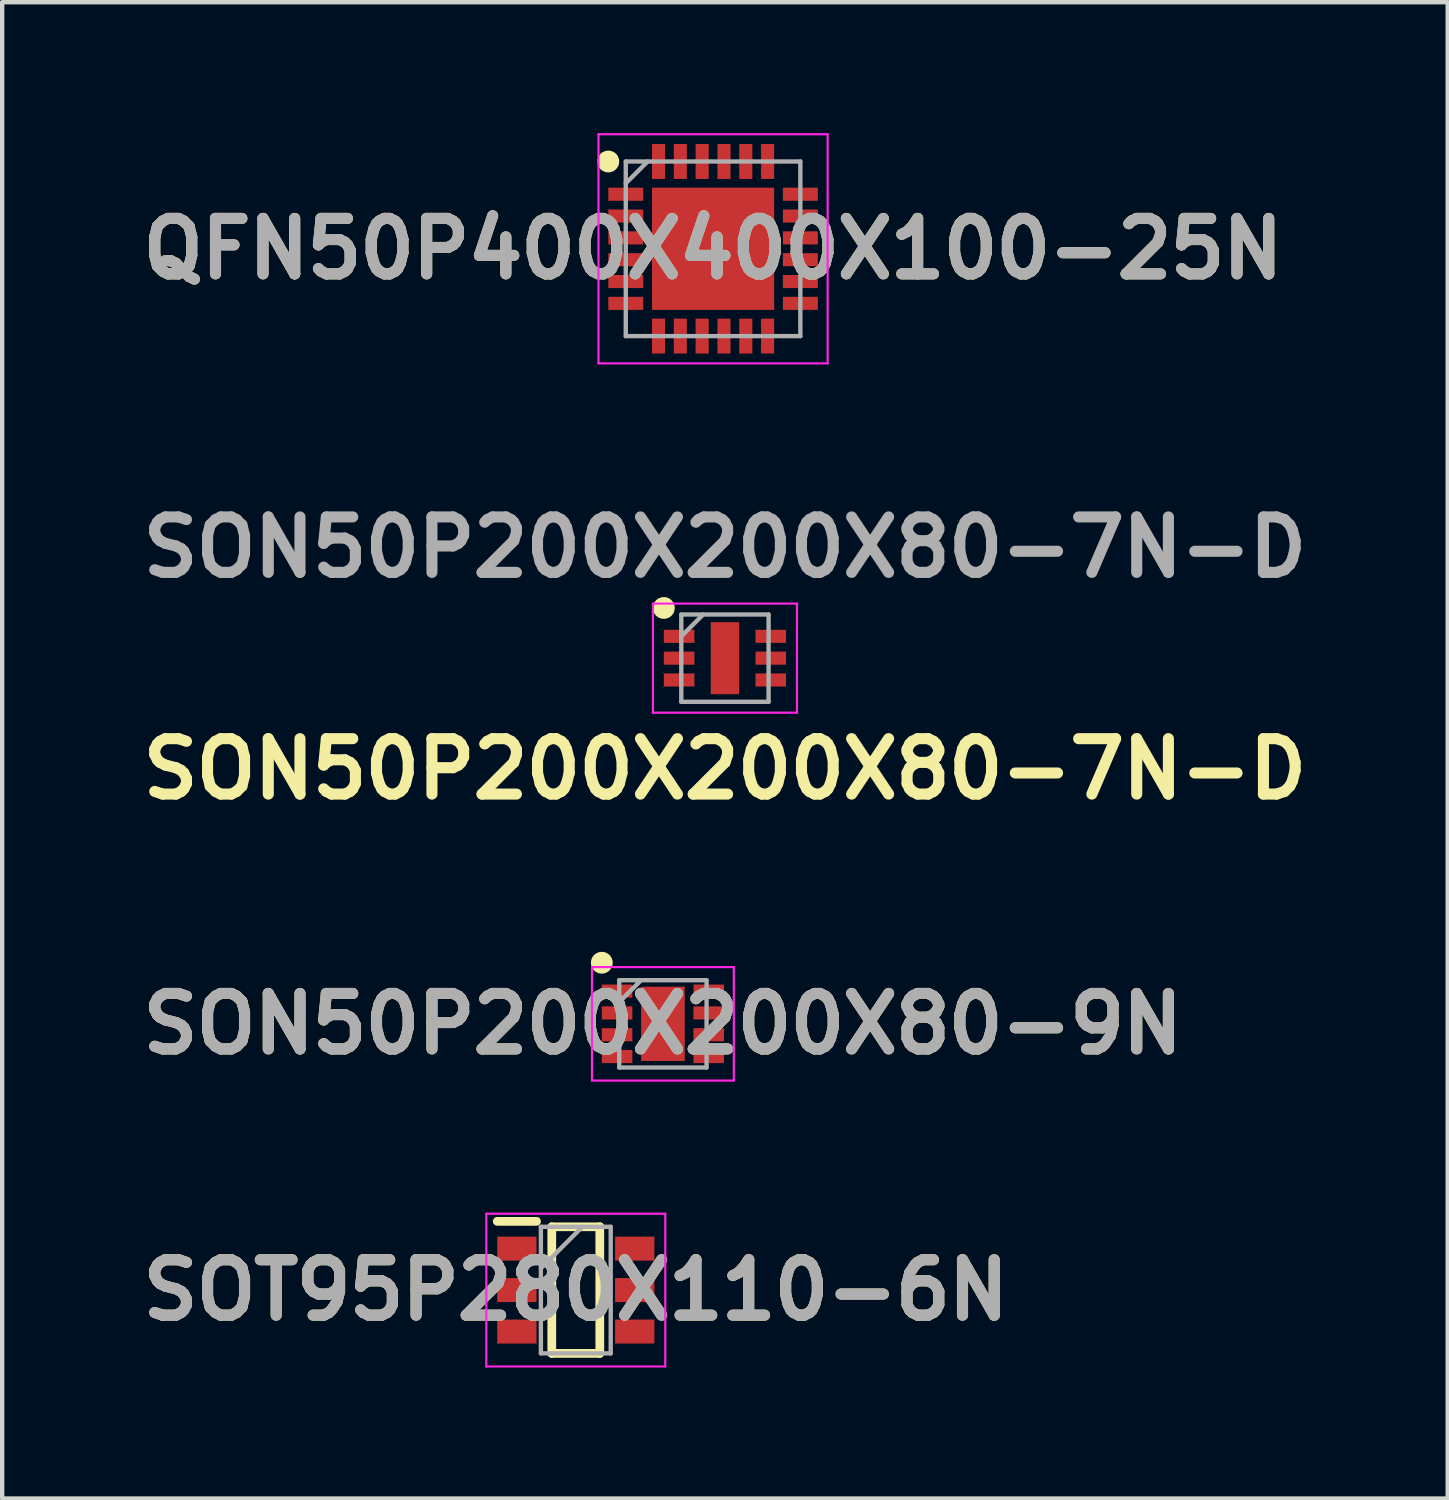
<source format=kicad_pcb>
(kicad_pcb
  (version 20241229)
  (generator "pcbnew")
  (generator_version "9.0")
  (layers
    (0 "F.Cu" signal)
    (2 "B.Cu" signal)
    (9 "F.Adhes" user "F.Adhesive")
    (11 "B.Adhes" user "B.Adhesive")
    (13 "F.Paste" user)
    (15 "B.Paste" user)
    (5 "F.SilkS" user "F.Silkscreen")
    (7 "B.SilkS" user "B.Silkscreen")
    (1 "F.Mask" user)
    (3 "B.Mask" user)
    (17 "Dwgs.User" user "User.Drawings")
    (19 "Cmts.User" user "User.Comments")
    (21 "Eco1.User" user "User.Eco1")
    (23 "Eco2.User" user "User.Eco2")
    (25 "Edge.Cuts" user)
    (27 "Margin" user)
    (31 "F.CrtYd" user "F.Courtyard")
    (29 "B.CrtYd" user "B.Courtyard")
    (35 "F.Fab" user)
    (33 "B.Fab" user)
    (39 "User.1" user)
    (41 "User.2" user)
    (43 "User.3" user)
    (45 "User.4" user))
  (footprint "SON50P200X200X80-9N"
    (layer "F.Cu")
    (at 12.138 20.407)
    (property "Reference" "SON50P200X200X80-9N" (at 0 0 0) (layer "F.SilkS") (effects (font (size 1.27 1.27) (thickness 0.254))))
    (attr smd)
    (fp_circle (center -1.4 -1.4) (end -1.4 -1.275) (stroke (width 0.25) (type solid)) (fill no) (layer "F.SilkS"))
    (fp_line (start -1.625 -1.3) (end 1.625 -1.3) (stroke (width 0.05) (type solid)) (layer "F.CrtYd"))
    (fp_line (start -1.625 1.3) (end -1.625 -1.3) (stroke (width 0.05) (type solid)) (layer "F.CrtYd"))
    (fp_line (start 1.625 -1.3) (end 1.625 1.3) (stroke (width 0.05) (type solid)) (layer "F.CrtYd"))
    (fp_line (start 1.625 1.3) (end -1.625 1.3) (stroke (width 0.05) (type solid)) (layer "F.CrtYd"))
    (fp_line (start -1 -1) (end 1 -1) (stroke (width 0.1) (type solid)) (layer "F.Fab"))
    (fp_line (start -1 -0.5) (end -0.5 -1) (stroke (width 0.1) (type solid)) (layer "F.Fab"))
    (fp_line (start -1 1) (end -1 -1) (stroke (width 0.1) (type solid)) (layer "F.Fab"))
    (fp_line (start 1 -1) (end 1 1) (stroke (width 0.1) (type solid)) (layer "F.Fab"))
    (fp_line (start 1 1) (end -1 1) (stroke (width 0.1) (type solid)) (layer "F.Fab"))
    (fp_text user "${REFERENCE}" (at 0 0 0) (layer "F.Fab") (effects (font (size 1.27 1.27) (thickness 0.254))))
    (pad "1" smd rect (at -1.05 -0.75 90) (size 0.3 0.7) (layers "F.Cu" "F.Mask" "F.Paste"))
    (pad "2" smd rect (at -1.05 -0.25 90) (size 0.3 0.7) (layers "F.Cu" "F.Mask" "F.Paste"))
    (pad "3" smd rect (at -1.05 0.25 90) (size 0.3 0.7) (layers "F.Cu" "F.Mask" "F.Paste"))
    (pad "4" smd rect (at -1.05 0.75 90) (size 0.3 0.7) (layers "F.Cu" "F.Mask" "F.Paste"))
    (pad "5" smd rect (at 1.05 0.75 90) (size 0.3 0.7) (layers "F.Cu" "F.Mask" "F.Paste"))
    (pad "6" smd rect (at 1.05 0.25 90) (size 0.3 0.7) (layers "F.Cu" "F.Mask" "F.Paste"))
    (pad "7" smd rect (at 1.05 -0.25 90) (size 0.3 0.7) (layers "F.Cu" "F.Mask" "F.Paste"))
    (pad "8" smd rect (at 1.05 -0.75 90) (size 0.3 0.7) (layers "F.Cu" "F.Mask" "F.Paste"))
    (pad "9" smd rect (at 0 0) (size 1 1.7) (layers "F.Cu" "F.Mask" "F.Paste")))
  (footprint "SON50P200X200X80-7N-D"
    (layer "F.Cu")
    (at 13.559 12.029)
    (property "Reference" "SON50P200X200X80-7N-D" (at 0 2.54 0) (layer "F.SilkS") (effects (font (size 1.27 1.27) (thickness 0.254))))
    (attr smd)
    (fp_circle (center -1.4 -1.15) (end -1.4 -1.025) (stroke (width 0.25) (type solid)) (fill no) (layer "F.SilkS"))
    (fp_line (start -1.65 -1.25) (end 1.65 -1.25) (stroke (width 0.05) (type solid)) (layer "F.CrtYd"))
    (fp_line (start -1.65 1.25) (end -1.65 -1.25) (stroke (width 0.05) (type solid)) (layer "F.CrtYd"))
    (fp_line (start 1.65 -1.25) (end 1.65 1.25) (stroke (width 0.05) (type solid)) (layer "F.CrtYd"))
    (fp_line (start 1.65 1.25) (end -1.65 1.25) (stroke (width 0.05) (type solid)) (layer "F.CrtYd"))
    (fp_line (start -1 -1) (end 1 -1) (stroke (width 0.1) (type solid)) (layer "F.Fab"))
    (fp_line (start -1 -0.5) (end -0.5 -1) (stroke (width 0.1) (type solid)) (layer "F.Fab"))
    (fp_line (start -1 1) (end -1 -1) (stroke (width 0.1) (type solid)) (layer "F.Fab"))
    (fp_line (start 1 -1) (end 1 1) (stroke (width 0.1) (type solid)) (layer "F.Fab"))
    (fp_line (start 1 1) (end -1 1) (stroke (width 0.1) (type solid)) (layer "F.Fab"))
    (fp_text user "${REFERENCE}" (at 0 -2.54 0) (layer "F.Fab") (effects (font (size 1.27 1.27) (thickness 0.254))))
    (pad "1" smd rect (at -1.05 -0.5 90) (size 0.3 0.7) (layers "F.Cu" "F.Mask" "F.Paste"))
    (pad "2" smd rect (at -1.05 0 90) (size 0.3 0.7) (layers "F.Cu" "F.Mask" "F.Paste"))
    (pad "3" smd rect (at -1.05 0.5 90) (size 0.3 0.7) (layers "F.Cu" "F.Mask" "F.Paste"))
    (pad "4" smd rect (at 1.05 0.5 90) (size 0.3 0.7) (layers "F.Cu" "F.Mask" "F.Paste"))
    (pad "5" smd rect (at 1.05 0 90) (size 0.3 0.7) (layers "F.Cu" "F.Mask" "F.Paste"))
    (pad "6" smd rect (at 1.05 -0.5 90) (size 0.3 0.7) (layers "F.Cu" "F.Mask" "F.Paste"))
    (pad "7" smd rect (at 0 0) (size 0.65 1.65) (layers "F.Cu" "F.Mask" "F.Paste")))
  (footprint "QFN50P400X400X100-25N"
    (layer "F.Cu")
    (at 13.287 2.65)
    (property "Reference" "QFN50P400X400X100-25N" (at 0 0 0) (layer "F.SilkS") (effects (font (size 1.27 1.27) (thickness 0.254))))
    (attr smd)
    (fp_circle (center -2.4 -2) (end -2.4 -1.875) (stroke (width 0.25) (type solid)) (fill no) (layer "F.SilkS"))
    (fp_line (start -2.625 -2.625) (end 2.625 -2.625) (stroke (width 0.05) (type solid)) (layer "F.CrtYd"))
    (fp_line (start -2.625 2.625) (end -2.625 -2.625) (stroke (width 0.05) (type solid)) (layer "F.CrtYd"))
    (fp_line (start 2.625 -2.625) (end 2.625 2.625) (stroke (width 0.05) (type solid)) (layer "F.CrtYd"))
    (fp_line (start 2.625 2.625) (end -2.625 2.625) (stroke (width 0.05) (type solid)) (layer "F.CrtYd"))
    (fp_line (start -2 -2) (end 2 -2) (stroke (width 0.1) (type solid)) (layer "F.Fab"))
    (fp_line (start -2 -1.5) (end -1.5 -2) (stroke (width 0.1) (type solid)) (layer "F.Fab"))
    (fp_line (start -2 2) (end -2 -2) (stroke (width 0.1) (type solid)) (layer "F.Fab"))
    (fp_line (start 2 -2) (end 2 2) (stroke (width 0.1) (type solid)) (layer "F.Fab"))
    (fp_line (start 2 2) (end -2 2) (stroke (width 0.1) (type solid)) (layer "F.Fab"))
    (fp_text user "${REFERENCE}" (at 0 0 0) (layer "F.Fab") (effects (font (size 1.27 1.27) (thickness 0.254))))
    (pad "1" smd rect (at -2 -1.25 90) (size 0.3 0.8) (layers "F.Cu" "F.Mask" "F.Paste"))
    (pad "2" smd rect (at -2 -0.75 90) (size 0.3 0.8) (layers "F.Cu" "F.Mask" "F.Paste"))
    (pad "3" smd rect (at -2 -0.25 90) (size 0.3 0.8) (layers "F.Cu" "F.Mask" "F.Paste"))
    (pad "4" smd rect (at -2 0.25 90) (size 0.3 0.8) (layers "F.Cu" "F.Mask" "F.Paste"))
    (pad "5" smd rect (at -2 0.75 90) (size 0.3 0.8) (layers "F.Cu" "F.Mask" "F.Paste"))
    (pad "6" smd rect (at -2 1.25 90) (size 0.3 0.8) (layers "F.Cu" "F.Mask" "F.Paste"))
    (pad "7" smd rect (at -1.25 2) (size 0.3 0.8) (layers "F.Cu" "F.Mask" "F.Paste"))
    (pad "8" smd rect (at -0.75 2) (size 0.3 0.8) (layers "F.Cu" "F.Mask" "F.Paste"))
    (pad "9" smd rect (at -0.25 2) (size 0.3 0.8) (layers "F.Cu" "F.Mask" "F.Paste"))
    (pad "10" smd rect (at 0.25 2) (size 0.3 0.8) (layers "F.Cu" "F.Mask" "F.Paste"))
    (pad "11" smd rect (at 0.75 2) (size 0.3 0.8) (layers "F.Cu" "F.Mask" "F.Paste"))
    (pad "12" smd rect (at 1.25 2) (size 0.3 0.8) (layers "F.Cu" "F.Mask" "F.Paste"))
    (pad "13" smd rect (at 2 1.25 90) (size 0.3 0.8) (layers "F.Cu" "F.Mask" "F.Paste"))
    (pad "14" smd rect (at 2 0.75 90) (size 0.3 0.8) (layers "F.Cu" "F.Mask" "F.Paste"))
    (pad "15" smd rect (at 2 0.25 90) (size 0.3 0.8) (layers "F.Cu" "F.Mask" "F.Paste"))
    (pad "16" smd rect (at 2 -0.25 90) (size 0.3 0.8) (layers "F.Cu" "F.Mask" "F.Paste"))
    (pad "17" smd rect (at 2 -0.75 90) (size 0.3 0.8) (layers "F.Cu" "F.Mask" "F.Paste"))
    (pad "18" smd rect (at 2 -1.25 90) (size 0.3 0.8) (layers "F.Cu" "F.Mask" "F.Paste"))
    (pad "19" smd rect (at 1.25 -2) (size 0.3 0.8) (layers "F.Cu" "F.Mask" "F.Paste"))
    (pad "20" smd rect (at 0.75 -2) (size 0.3 0.8) (layers "F.Cu" "F.Mask" "F.Paste"))
    (pad "21" smd rect (at 0.25 -2) (size 0.3 0.8) (layers "F.Cu" "F.Mask" "F.Paste"))
    (pad "22" smd rect (at -0.25 -2) (size 0.3 0.8) (layers "F.Cu" "F.Mask" "F.Paste"))
    (pad "23" smd rect (at -0.75 -2) (size 0.3 0.8) (layers "F.Cu" "F.Mask" "F.Paste"))
    (pad "24" smd rect (at -1.25 -2) (size 0.3 0.8) (layers "F.Cu" "F.Mask" "F.Paste"))
    (pad "25" smd rect (at 0 0) (size 2.8 2.8) (layers "F.Cu" "F.Mask" "F.Paste")))
  (footprint "SOT95P280X110-6N"
    (layer "F.Cu")
    (at 10.142 26.507)
    (property "Reference" "SOT95P280X110-6N" (at 0 0 0) (layer "F.SilkS") (effects (font (size 1.27 1.27) (thickness 0.254))))
    (attr smd)
    (fp_line (start -1.8 -1.575) (end -0.9 -1.575) (stroke (width 0.2) (type solid)) (layer "F.SilkS"))
    (fp_line (start -0.55 -1.45) (end 0.55 -1.45) (stroke (width 0.2) (type solid)) (layer "F.SilkS"))
    (fp_line (start -0.55 1.45) (end -0.55 -1.45) (stroke (width 0.2) (type solid)) (layer "F.SilkS"))
    (fp_line (start 0.55 -1.45) (end 0.55 1.45) (stroke (width 0.2) (type solid)) (layer "F.SilkS"))
    (fp_line (start 0.55 1.45) (end -0.55 1.45) (stroke (width 0.2) (type solid)) (layer "F.SilkS"))
    (fp_line (start -2.05 -1.75) (end 2.05 -1.75) (stroke (width 0.05) (type solid)) (layer "F.CrtYd"))
    (fp_line (start -2.05 1.75) (end -2.05 -1.75) (stroke (width 0.05) (type solid)) (layer "F.CrtYd"))
    (fp_line (start 2.05 -1.75) (end 2.05 1.75) (stroke (width 0.05) (type solid)) (layer "F.CrtYd"))
    (fp_line (start 2.05 1.75) (end -2.05 1.75) (stroke (width 0.05) (type solid)) (layer "F.CrtYd"))
    (fp_line (start -0.8 -1.45) (end 0.8 -1.45) (stroke (width 0.1) (type solid)) (layer "F.Fab"))
    (fp_line (start -0.8 -0.5) (end 0.15 -1.45) (stroke (width 0.1) (type solid)) (layer "F.Fab"))
    (fp_line (start -0.8 1.45) (end -0.8 -1.45) (stroke (width 0.1) (type solid)) (layer "F.Fab"))
    (fp_line (start 0.8 -1.45) (end 0.8 1.45) (stroke (width 0.1) (type solid)) (layer "F.Fab"))
    (fp_line (start 0.8 1.45) (end -0.8 1.45) (stroke (width 0.1) (type solid)) (layer "F.Fab"))
    (fp_text user "${REFERENCE}" (at 0 0 0) (layer "F.Fab") (effects (font (size 1.27 1.27) (thickness 0.254))))
    (pad "1" smd rect (at -1.35 -0.95 90) (size 0.55 0.9) (layers "F.Cu" "F.Mask" "F.Paste"))
    (pad "2" smd rect (at -1.35 0 90) (size 0.55 0.9) (layers "F.Cu" "F.Mask" "F.Paste"))
    (pad "3" smd rect (at -1.35 0.95 90) (size 0.55 0.9) (layers "F.Cu" "F.Mask" "F.Paste"))
    (pad "4" smd rect (at 1.35 0.95 90) (size 0.55 0.9) (layers "F.Cu" "F.Mask" "F.Paste"))
    (pad "5" smd rect (at 1.35 0 90) (size 0.55 0.9) (layers "F.Cu" "F.Mask" "F.Paste"))
    (pad "6" smd rect (at 1.35 -0.95 90) (size 0.55 0.9) (layers "F.Cu" "F.Mask" "F.Paste")))
  (gr_rect
    (start -3 -3)
    (end 30.118 31.282)
    (stroke (width 0.1) (type default))
    (fill no)
    (layer "Edge.Cuts")))
</source>
